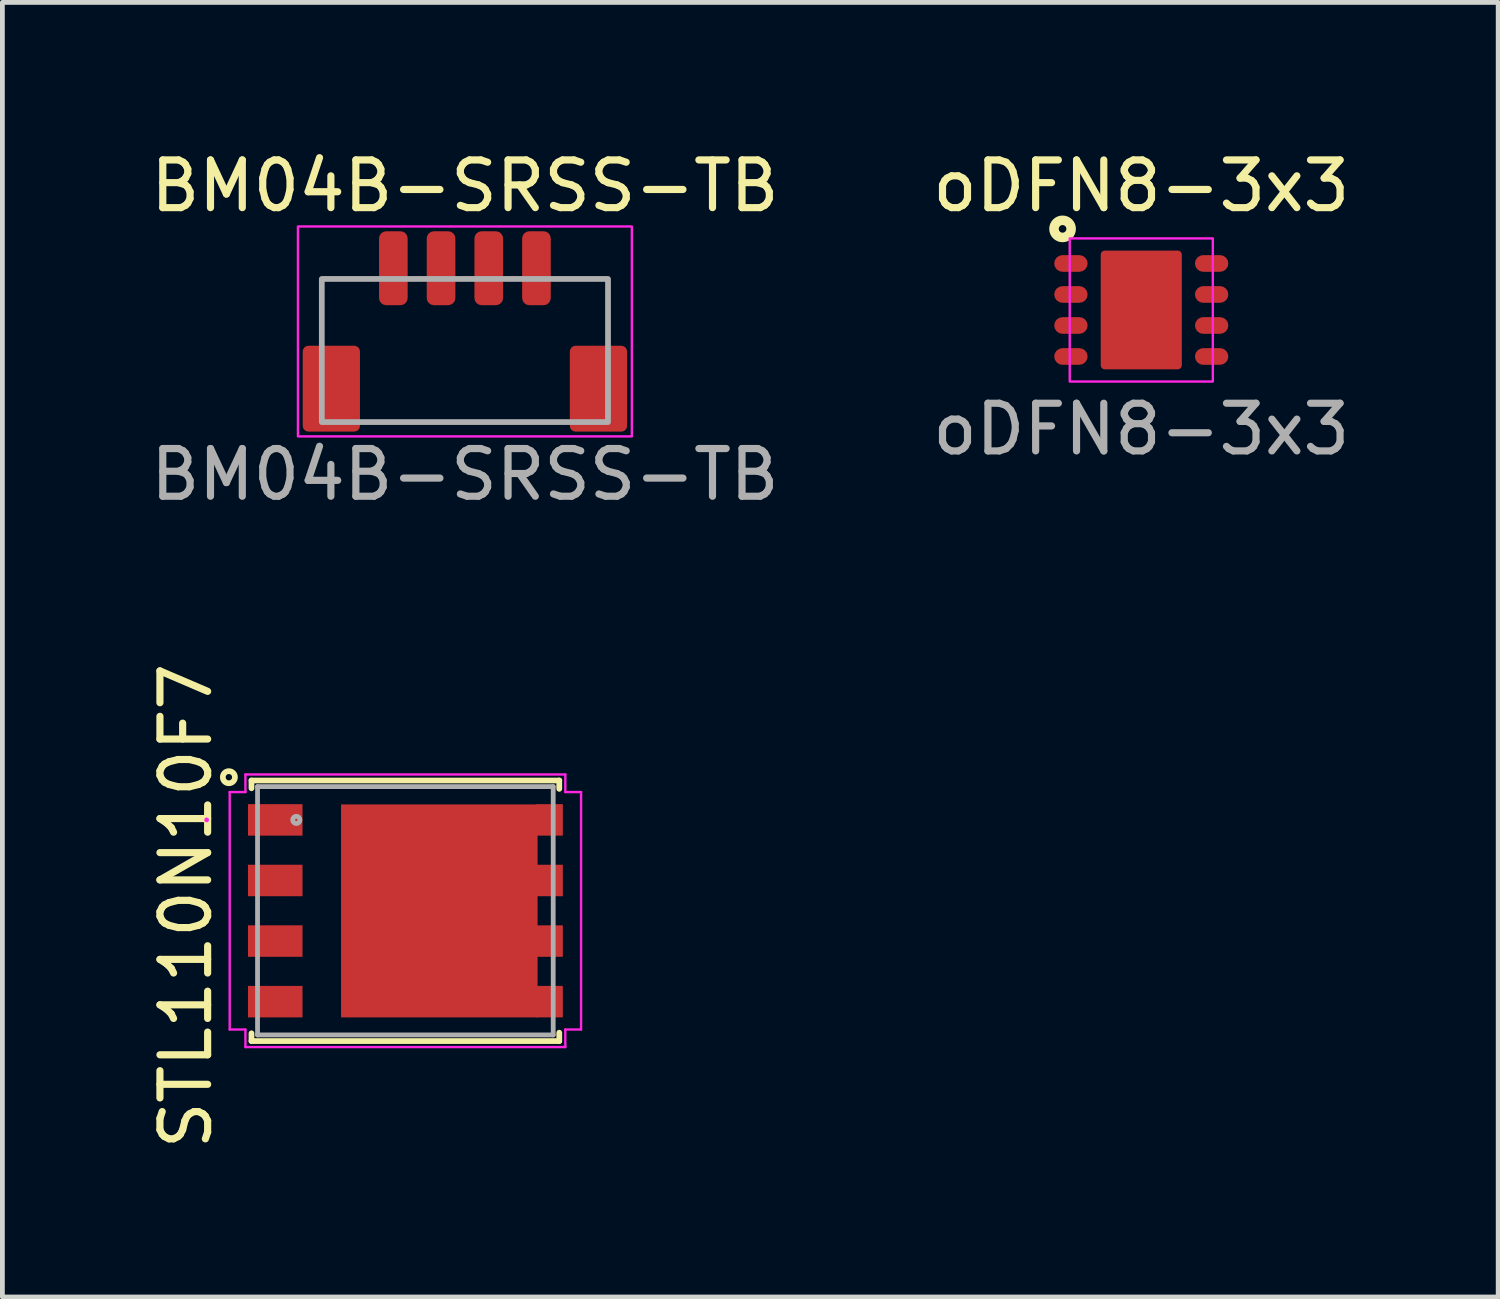
<source format=kicad_pcb>
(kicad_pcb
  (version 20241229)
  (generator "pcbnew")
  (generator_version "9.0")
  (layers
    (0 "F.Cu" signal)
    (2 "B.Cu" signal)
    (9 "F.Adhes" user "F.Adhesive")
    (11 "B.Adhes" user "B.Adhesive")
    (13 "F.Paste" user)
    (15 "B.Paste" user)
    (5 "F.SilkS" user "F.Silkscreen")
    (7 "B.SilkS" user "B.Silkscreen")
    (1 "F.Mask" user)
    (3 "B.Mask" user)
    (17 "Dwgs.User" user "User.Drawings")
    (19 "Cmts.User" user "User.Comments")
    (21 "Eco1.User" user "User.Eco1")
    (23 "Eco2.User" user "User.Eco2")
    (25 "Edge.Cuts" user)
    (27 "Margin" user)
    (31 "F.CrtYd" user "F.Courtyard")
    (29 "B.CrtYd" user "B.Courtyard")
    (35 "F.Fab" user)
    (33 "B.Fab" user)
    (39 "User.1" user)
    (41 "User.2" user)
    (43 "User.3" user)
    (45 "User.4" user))
  (footprint "STL110N10F7"
    (layer "F.Cu")
    (at 5.448 16.043)
    (property "Reference" "STL110N10F7" (at -4.6 -0.1 90) (layer "F.SilkS") (effects (font (size 1 1) (thickness 0.15))))
    (attr smd)
    (fp_poly (pts (xy -1.348 -2.235) (xy 3.3 -2.235) (xy 3.3 -1.575) (xy 2.741 -1.575) (xy 2.741 -0.965) (xy 3.3 -0.965) (xy 3.3 -0.305) (xy 2.741 -0.305) (xy 2.741 0.305) (xy 3.3 0.305) (xy 3.3 0.965) (xy 2.741 0.965) (xy 2.741 1.575) (xy 3.3 1.575) (xy 3.3 2.235) (xy -1.348 2.235)) (stroke (width 0.1) (type solid)) (fill yes) (layer "F.Mask"))
    (fp_line (start -3.226 -2.731) (end -3.226 -2.568) (stroke (width 0.12) (type solid)) (layer "F.SilkS"))
    (fp_line (start -3.226 2.568) (end -3.226 2.731) (stroke (width 0.12) (type solid)) (layer "F.SilkS"))
    (fp_line (start -3.226 2.731) (end 3.226 2.731) (stroke (width 0.12) (type solid)) (layer "F.SilkS"))
    (fp_line (start 3.226 -2.731) (end -3.226 -2.731) (stroke (width 0.12) (type solid)) (layer "F.SilkS"))
    (fp_line (start 3.226 -2.556) (end 3.226 -2.731) (stroke (width 0.12) (type solid)) (layer "F.SilkS"))
    (fp_line (start 3.226 2.731) (end 3.226 2.556) (stroke (width 0.12) (type solid)) (layer "F.SilkS"))
    (fp_circle (center -3.7 -2.8) (end -3.573 -2.8) (stroke (width 0.12) (type solid)) (fill no) (layer "F.SilkS"))
    (fp_poly (pts (xy -1.348 -2.235) (xy 3.3 -2.235) (xy 3.3 -1.575) (xy 2.741 -1.575) (xy 2.741 -0.965) (xy 3.3 -0.965) (xy 3.3 -0.305) (xy 2.741 -0.305) (xy 2.741 0.305) (xy 3.3 0.305) (xy 3.3 0.965) (xy 2.741 0.965) (xy 2.741 1.575) (xy 3.3 1.575) (xy 3.3 2.235) (xy -1.348 2.235)) (stroke (width 0.1) (type solid)) (fill yes) (layer "F.Paste"))
    (fp_line (start -3.683 -2.489) (end -3.353 -2.489) (stroke (width 0.05) (type solid)) (layer "F.CrtYd"))
    (fp_line (start -3.683 2.489) (end -3.683 -2.489) (stroke (width 0.05) (type solid)) (layer "F.CrtYd"))
    (fp_line (start -3.353 -2.857) (end 3.353 -2.857) (stroke (width 0.05) (type solid)) (layer "F.CrtYd"))
    (fp_line (start -3.353 -2.489) (end -3.353 -2.857) (stroke (width 0.05) (type solid)) (layer "F.CrtYd"))
    (fp_line (start -3.353 2.489) (end -3.683 2.489) (stroke (width 0.05) (type solid)) (layer "F.CrtYd"))
    (fp_line (start -3.353 2.857) (end -3.353 2.489) (stroke (width 0.05) (type solid)) (layer "F.CrtYd"))
    (fp_line (start 3.353 -2.857) (end 3.353 -2.489) (stroke (width 0.05) (type solid)) (layer "F.CrtYd"))
    (fp_line (start 3.353 -2.489) (end 3.683 -2.489) (stroke (width 0.05) (type solid)) (layer "F.CrtYd"))
    (fp_line (start 3.353 2.489) (end 3.353 2.857) (stroke (width 0.05) (type solid)) (layer "F.CrtYd"))
    (fp_line (start 3.353 2.857) (end -3.353 2.857) (stroke (width 0.05) (type solid)) (layer "F.CrtYd"))
    (fp_line (start 3.683 -2.489) (end 3.683 2.489) (stroke (width 0.05) (type solid)) (layer "F.CrtYd"))
    (fp_line (start 3.683 2.489) (end 3.353 2.489) (stroke (width 0.05) (type solid)) (layer "F.CrtYd"))
    (fp_circle (center -4.166 -1.905) (end -4.166 -1.905) (stroke (width 0.05) (type solid)) (fill no) (layer "F.CrtYd"))
    (fp_line (start -3.099 -2.603) (end -3.099 2.603) (stroke (width 0.1) (type solid)) (layer "F.Fab"))
    (fp_line (start -3.099 2.603) (end 3.099 2.603) (stroke (width 0.1) (type solid)) (layer "F.Fab"))
    (fp_line (start 3.099 -2.603) (end -3.099 -2.603) (stroke (width 0.1) (type solid)) (layer "F.Fab"))
    (fp_line (start 3.099 2.603) (end 3.099 -2.603) (stroke (width 0.1) (type solid)) (layer "F.Fab"))
    (fp_circle (center -2.286 -1.905) (end -2.21 -1.905) (stroke (width 0.1) (type solid)) (fill no) (layer "F.Fab"))
    (pad "1" smd rect (at -2.728 -1.905) (size 1.143 0.66) (layers "F.Cu" "F.Mask" "F.Paste"))
    (pad "1" smd rect (at -2.728 -0.635) (size 1.143 0.66) (layers "F.Cu" "F.Mask" "F.Paste"))
    (pad "1" smd rect (at -2.728 0.635) (size 1.143 0.66) (layers "F.Cu" "F.Mask" "F.Paste"))
    (pad "4" smd rect (at -2.728 1.905) (size 1.143 0.66) (layers "F.Cu" "F.Mask" "F.Paste"))
    (pad "5" smd rect (at 0.712 0.003) (size 4.12 4.465) (layers "F.Cu" "F.Mask" "F.Paste"))
    (pad "5" smd rect (at 3.021 -1.905) (size 0.559 0.66) (layers "F.Cu" "F.Mask" "F.Paste"))
    (pad "5" smd rect (at 3.021 -0.635) (size 0.559 0.66) (layers "F.Cu" "F.Mask" "F.Paste"))
    (pad "5" smd rect (at 3.021 0.635) (size 0.559 0.66) (layers "F.Cu" "F.Mask" "F.Paste"))
    (pad "5" smd rect (at 3.021 1.905) (size 0.559 0.66) (layers "F.Cu" "F.Mask" "F.Paste")))
  (footprint "BM04B-SRSS-TB"
    (layer "F.Cu")
    (at 6.696 5.998)
    (property "Reference" "BM04B-SRSS-TB" (at 0 -5.15 0) (unlocked yes) (layer "F.SilkS") (effects (font (size 1 1) (thickness 0.15))))
    (attr smd)
    (fp_rect (start -3.5 -4.3) (end 3.5 0.1) (stroke (width 0.05) (type solid)) (fill no) (layer "F.CrtYd"))
    (fp_rect (start -3 -3.2) (end 3 -0.2) (stroke (width 0.12) (type solid)) (fill no) (layer "F.Fab"))
    (fp_text user "${REFERENCE}" (at 0 0.9 0) (unlocked yes) (layer "F.Fab") (effects (font (size 1 1) (thickness 0.15))))
    (pad "1" smd roundrect (at -1.5 -3.425) (size 0.6 1.55) (layers "F.Cu" "F.Mask" "F.Paste") (roundrect_rratio 0.25))
    (pad "2" smd roundrect (at -0.5 -3.425) (size 0.6 1.55) (layers "F.Cu" "F.Mask" "F.Paste") (roundrect_rratio 0.25))
    (pad "3" smd roundrect (at 0.5 -3.425) (size 0.6 1.55) (layers "F.Cu" "F.Mask" "F.Paste") (roundrect_rratio 0.25))
    (pad "4" smd roundrect (at 1.5 -3.425) (size 0.6 1.55) (layers "F.Cu" "F.Mask" "F.Paste") (roundrect_rratio 0.25))
    (pad "5" smd roundrect (at -2.8 -0.9) (size 1.2 1.8) (layers "F.Cu" "F.Mask" "F.Paste") (roundrect_rratio 0.1))
    (pad "6" smd roundrect (at 2.8 -0.9) (size 1.2 1.8) (layers "F.Cu" "F.Mask" "F.Paste") (roundrect_rratio 0.1)))
  (footprint "oDFN8-3x3"
    (layer "F.Cu")
    (at 20.875 3.448)
    (property "Reference" "oDFN8-3x3" (at 0 -2.6 0) (unlocked yes) (layer "F.SilkS") (effects (font (size 1 1) (thickness 0.15))))
    (attr smd)
    (fp_circle (center -1.65 -1.7) (end -1.57 -1.7) (stroke (width 0.2) (type solid)) (fill no) (layer "F.SilkS"))
    (fp_rect (start -1.5 -1.5) (end 1.5 1.5) (stroke (width 0.05) (type solid)) (fill no) (layer "F.CrtYd"))
    (fp_text user "${REFERENCE}" (at 0 2.5 0) (unlocked yes) (layer "F.Fab") (effects (font (size 1 1) (thickness 0.15))))
    (pad "1" smd roundrect (at -1.475 -0.975) (size 0.7 0.35) (layers "F.Cu" "F.Mask" "F.Paste") (roundrect_rratio 0.5))
    (pad "2" smd roundrect (at -1.475 -0.325) (size 0.7 0.35) (layers "F.Cu" "F.Mask" "F.Paste") (roundrect_rratio 0.5))
    (pad "3" smd roundrect (at -1.475 0.325) (size 0.7 0.35) (layers "F.Cu" "F.Mask" "F.Paste") (roundrect_rratio 0.5))
    (pad "4" smd roundrect (at -1.475 0.975) (size 0.7 0.35) (layers "F.Cu" "F.Mask" "F.Paste") (roundrect_rratio 0.5))
    (pad "5" smd roundrect (at 1.475 0.975) (size 0.7 0.35) (layers "F.Cu" "F.Mask" "F.Paste") (roundrect_rratio 0.5))
    (pad "6" smd roundrect (at 1.475 0.325) (size 0.7 0.35) (layers "F.Cu" "F.Mask" "F.Paste") (roundrect_rratio 0.5))
    (pad "7" smd roundrect (at 1.475 -0.325) (size 0.7 0.35) (layers "F.Cu" "F.Mask" "F.Paste") (roundrect_rratio 0.5))
    (pad "8" smd roundrect (at 1.475 -0.975) (size 0.7 0.35) (layers "F.Cu" "F.Mask" "F.Paste") (roundrect_rratio 0.5))
    (pad "9" smd roundrect (at 0 0) (size 1.7 2.49) (layers "F.Cu" "F.Mask" "F.Paste") (roundrect_rratio 0.05)))
  (gr_rect
    (start -3 -3)
    (end 28.357 24.139)
    (stroke (width 0.1) (type default))
    (fill no)
    (layer "Edge.Cuts")))
</source>
